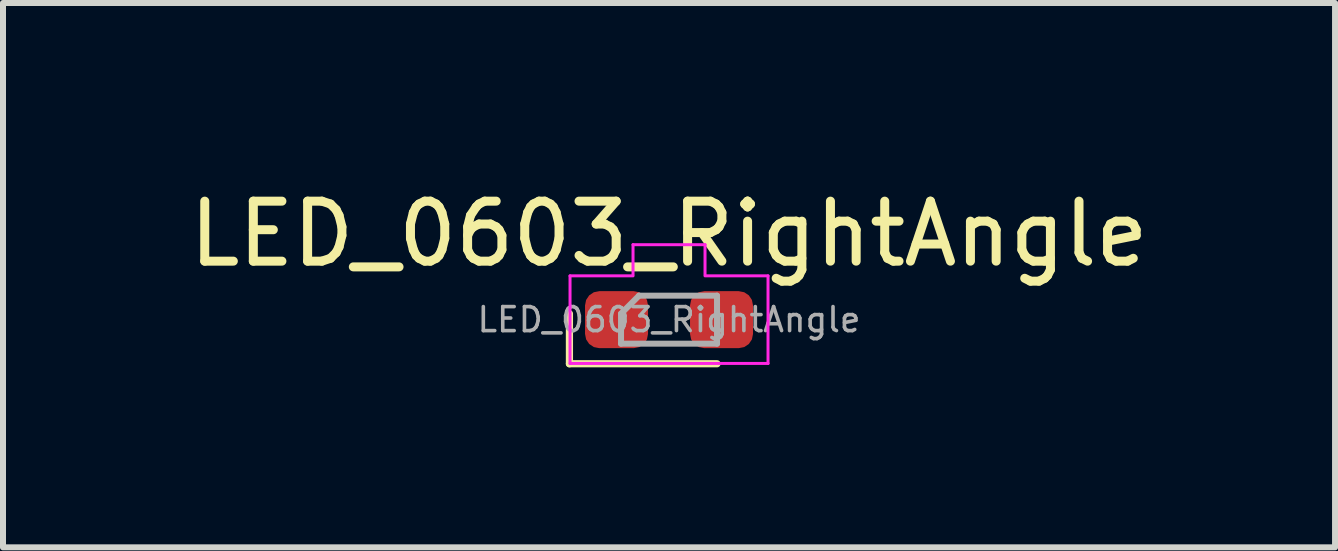
<source format=kicad_pcb>
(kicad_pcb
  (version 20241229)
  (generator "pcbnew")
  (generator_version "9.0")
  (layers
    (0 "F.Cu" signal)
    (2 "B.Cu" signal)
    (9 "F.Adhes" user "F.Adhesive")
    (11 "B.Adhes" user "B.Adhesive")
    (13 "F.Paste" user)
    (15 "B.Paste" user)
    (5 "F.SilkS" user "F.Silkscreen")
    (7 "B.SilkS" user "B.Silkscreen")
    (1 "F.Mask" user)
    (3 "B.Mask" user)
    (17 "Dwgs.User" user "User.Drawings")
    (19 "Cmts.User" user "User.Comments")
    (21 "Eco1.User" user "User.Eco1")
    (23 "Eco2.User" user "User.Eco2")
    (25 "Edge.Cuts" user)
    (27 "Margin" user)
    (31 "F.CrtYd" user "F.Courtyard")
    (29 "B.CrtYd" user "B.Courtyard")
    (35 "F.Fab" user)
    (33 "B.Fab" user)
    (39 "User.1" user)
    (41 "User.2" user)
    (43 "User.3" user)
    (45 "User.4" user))
  (footprint "LED_0603_RightAngle"
    (layer "F.Cu")
    (at 8.101 2.278)
    (property "Reference" "LED_0603_RightAngle" (at 0 -1.43 0) (layer "F.SilkS") (effects (font (size 1 1) (thickness 0.15))))
    (attr smd)
    (fp_line (start -1.66 -0.1) (end -1.66 0.735) (stroke (width 0.12) (type solid)) (layer "F.SilkS"))
    (fp_line (start -1.66 0.735) (end 0.8 0.735) (stroke (width 0.12) (type solid)) (layer "F.SilkS"))
    (fp_line (start -1.65 -0.73) (end -0.6 -0.73) (stroke (width 0.05) (type solid)) (layer "F.CrtYd"))
    (fp_line (start -1.65 0.73) (end -1.65 -0.73) (stroke (width 0.05) (type solid)) (layer "F.CrtYd"))
    (fp_line (start -0.6 -1.25) (end 0.6 -1.25) (stroke (width 0.05) (type solid)) (layer "F.CrtYd"))
    (fp_line (start -0.6 -0.75) (end -0.6 -1.25) (stroke (width 0.05) (type solid)) (layer "F.CrtYd"))
    (fp_line (start 0.6 -0.75) (end 0.6 -1.25) (stroke (width 0.05) (type solid)) (layer "F.CrtYd"))
    (fp_line (start 1.65 -0.73) (end 0.6 -0.73) (stroke (width 0.05) (type solid)) (layer "F.CrtYd"))
    (fp_line (start 1.65 -0.73) (end 1.65 0.73) (stroke (width 0.05) (type solid)) (layer "F.CrtYd"))
    (fp_line (start 1.65 0.73) (end -1.65 0.73) (stroke (width 0.05) (type solid)) (layer "F.CrtYd"))
    (fp_line (start -0.8 -0.1) (end -0.8 0.4) (stroke (width 0.1) (type solid)) (layer "F.Fab"))
    (fp_line (start -0.8 0.4) (end 0.8 0.4) (stroke (width 0.1) (type solid)) (layer "F.Fab"))
    (fp_line (start -0.5 -0.4) (end -0.8 -0.1) (stroke (width 0.1) (type solid)) (layer "F.Fab"))
    (fp_line (start 0.8 -0.4) (end -0.5 -0.4) (stroke (width 0.1) (type solid)) (layer "F.Fab"))
    (fp_line (start 0.8 0.4) (end 0.8 -0.4) (stroke (width 0.1) (type solid)) (layer "F.Fab"))
    (fp_text user "${REFERENCE}" (at 0 0 0) (layer "F.Fab") (effects (font (size 0.4 0.4) (thickness 0.06))))
    (pad "1" smd roundrect (at -0.875 0) (size 1.05 0.95) (layers "F.Cu" "F.Mask" "F.Paste") (roundrect_rratio 0.25))
    (pad "2" smd roundrect (at 0.875 0) (size 1.05 0.95) (layers "F.Cu" "F.Mask" "F.Paste") (roundrect_rratio 0.25)))
  (gr_rect
    (start -3 -3)
    (end 19.202 6.073)
    (stroke (width 0.1) (type default))
    (fill no)
    (layer "Edge.Cuts")))
</source>
